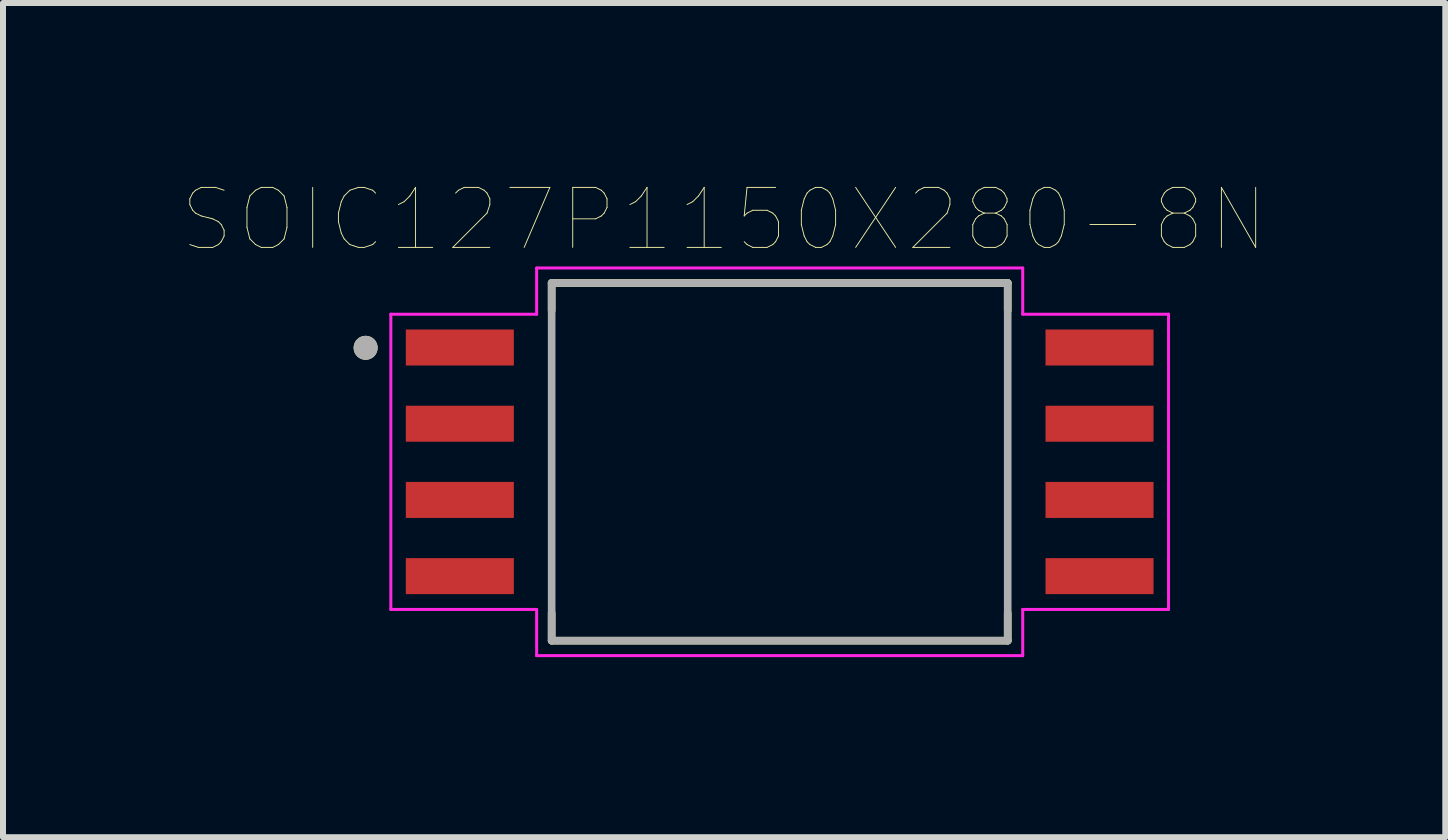
<source format=kicad_pcb>
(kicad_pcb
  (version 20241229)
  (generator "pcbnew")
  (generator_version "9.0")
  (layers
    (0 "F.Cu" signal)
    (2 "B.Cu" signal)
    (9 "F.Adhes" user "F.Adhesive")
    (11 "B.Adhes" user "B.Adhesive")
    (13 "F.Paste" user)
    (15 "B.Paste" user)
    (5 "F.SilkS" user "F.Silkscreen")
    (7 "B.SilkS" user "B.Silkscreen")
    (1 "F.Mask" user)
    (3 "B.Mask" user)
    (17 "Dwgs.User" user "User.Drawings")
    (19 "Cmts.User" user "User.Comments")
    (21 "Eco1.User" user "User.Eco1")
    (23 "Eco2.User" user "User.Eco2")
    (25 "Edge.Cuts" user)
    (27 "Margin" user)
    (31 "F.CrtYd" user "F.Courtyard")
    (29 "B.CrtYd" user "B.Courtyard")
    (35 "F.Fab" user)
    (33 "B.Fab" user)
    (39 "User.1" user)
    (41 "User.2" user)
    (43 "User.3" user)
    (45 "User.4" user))
  (footprint "SOIC127P1150X280-8N"
    (layer "F.Cu")
    (at 9.943 4.646)
    (property "Reference" "SOIC127P1150X280-8N" (at -0.925 -4.035 0) (layer "F.SilkS") (effects (font (size 1 1) (thickness 0.015))))
    (attr through_hole)
    (fp_line (start -3.8 -2.98) (end 3.8 -2.98) (stroke (width 0.127) (type solid)) (layer "F.SilkS"))
    (fp_line (start -3.8 -2.52) (end -3.8 -2.98) (stroke (width 0.127) (type solid)) (layer "F.SilkS"))
    (fp_line (start -3.8 2.98) (end -3.8 2.52) (stroke (width 0.127) (type solid)) (layer "F.SilkS"))
    (fp_line (start 3.8 -2.98) (end 3.8 -2.52) (stroke (width 0.127) (type solid)) (layer "F.SilkS"))
    (fp_line (start 3.8 2.52) (end 3.8 2.98) (stroke (width 0.127) (type solid)) (layer "F.SilkS"))
    (fp_line (start 3.8 2.98) (end -3.8 2.98) (stroke (width 0.127) (type solid)) (layer "F.SilkS"))
    (fp_circle (center -6.9 -1.9) (end -6.8 -1.9) (stroke (width 0.2) (type solid)) (fill no) (layer "F.SilkS"))
    (fp_line (start -6.48 -2.46) (end -4.05 -2.46) (stroke (width 0.05) (type solid)) (layer "F.CrtYd"))
    (fp_line (start -6.48 2.46) (end -6.48 -2.46) (stroke (width 0.05) (type solid)) (layer "F.CrtYd"))
    (fp_line (start -4.05 -3.23) (end 4.05 -3.23) (stroke (width 0.05) (type solid)) (layer "F.CrtYd"))
    (fp_line (start -4.05 -2.46) (end -4.05 -3.23) (stroke (width 0.05) (type solid)) (layer "F.CrtYd"))
    (fp_line (start -4.05 2.46) (end -6.48 2.46) (stroke (width 0.05) (type solid)) (layer "F.CrtYd"))
    (fp_line (start -4.05 3.23) (end -4.05 2.46) (stroke (width 0.05) (type solid)) (layer "F.CrtYd"))
    (fp_line (start 4.05 -3.23) (end 4.05 -2.46) (stroke (width 0.05) (type solid)) (layer "F.CrtYd"))
    (fp_line (start 4.05 -2.46) (end 6.48 -2.46) (stroke (width 0.05) (type solid)) (layer "F.CrtYd"))
    (fp_line (start 4.05 2.46) (end 4.05 3.23) (stroke (width 0.05) (type solid)) (layer "F.CrtYd"))
    (fp_line (start 4.05 3.23) (end -4.05 3.23) (stroke (width 0.05) (type solid)) (layer "F.CrtYd"))
    (fp_line (start 6.48 -2.46) (end 6.48 2.46) (stroke (width 0.05) (type solid)) (layer "F.CrtYd"))
    (fp_line (start 6.48 2.46) (end 4.05 2.46) (stroke (width 0.05) (type solid)) (layer "F.CrtYd"))
    (fp_line (start -3.8 -2.98) (end 3.8 -2.98) (stroke (width 0.127) (type solid)) (layer "F.Fab"))
    (fp_line (start -3.8 2.98) (end -3.8 -2.98) (stroke (width 0.127) (type solid)) (layer "F.Fab"))
    (fp_line (start 3.8 -2.98) (end 3.8 2.98) (stroke (width 0.127) (type solid)) (layer "F.Fab"))
    (fp_line (start 3.8 2.98) (end -3.8 2.98) (stroke (width 0.127) (type solid)) (layer "F.Fab"))
    (fp_circle (center -6.9 -1.9) (end -6.8 -1.9) (stroke (width 0.2) (type solid)) (fill no) (layer "F.Fab"))
    (pad "1" smd rect (at -5.33 -1.905) (size 1.8 0.6) (layers "F.Cu" "F.Mask" "F.Paste"))
    (pad "2" smd rect (at -5.33 -0.635) (size 1.8 0.6) (layers "F.Cu" "F.Mask" "F.Paste"))
    (pad "3" smd rect (at -5.33 0.635) (size 1.8 0.6) (layers "F.Cu" "F.Mask" "F.Paste"))
    (pad "4" smd rect (at -5.33 1.905) (size 1.8 0.6) (layers "F.Cu" "F.Mask" "F.Paste"))
    (pad "5" smd rect (at 5.33 1.905) (size 1.8 0.6) (layers "F.Cu" "F.Mask" "F.Paste"))
    (pad "6" smd rect (at 5.33 0.635) (size 1.8 0.6) (layers "F.Cu" "F.Mask" "F.Paste"))
    (pad "7" smd rect (at 5.33 -0.635) (size 1.8 0.6) (layers "F.Cu" "F.Mask" "F.Paste"))
    (pad "8" smd rect (at 5.33 -1.905) (size 1.8 0.6) (layers "F.Cu" "F.Mask" "F.Paste")))
  (gr_rect
    (start -3 -3)
    (end 21.035 10.901)
    (stroke (width 0.1) (type default))
    (fill no)
    (layer "Edge.Cuts")))
</source>
